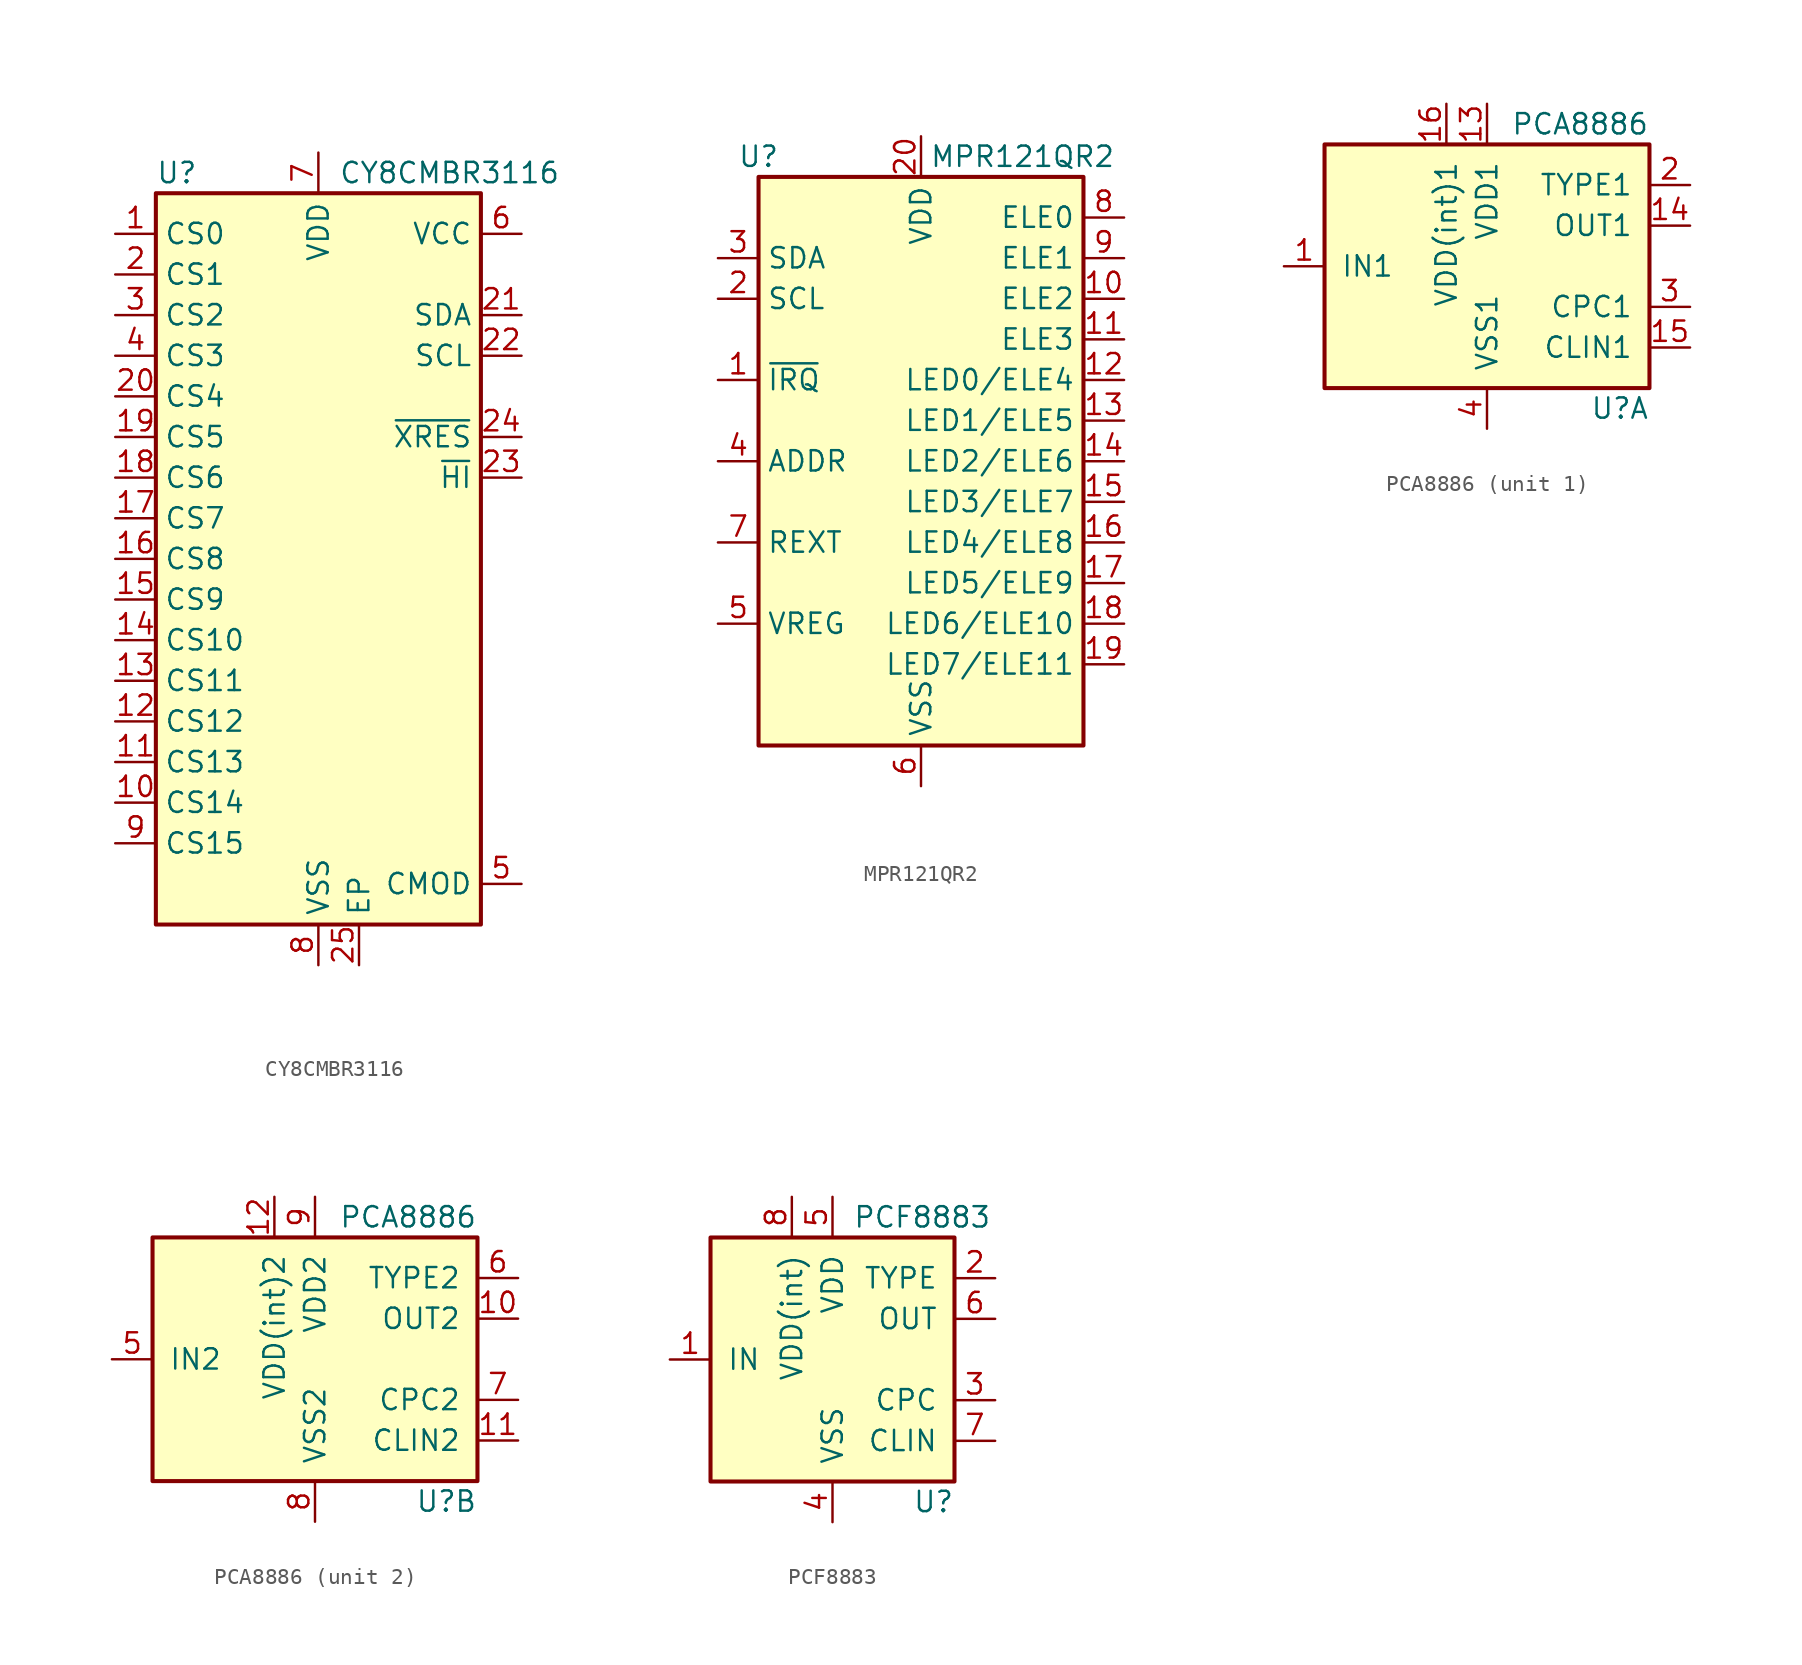
<source format=kicad_sym>
(kicad_symbol_lib
  (version 20231120)
  (generator "kicad_symbol_editor")
  (generator_version "8.0")
  (symbol "CY8CMBR3116"
    (property "Reference" "U"
      (at -10.16 24.13 0)
      (effects (font (size 1.27 1.27)) (justify left)))
    (property "Value" "CY8CMBR3116"
      (at 1.27 24.13 0)
      (effects (font (size 1.27 1.27)) (justify left)))
    (symbol "CY8CMBR3116_0_1"
      (rectangle (start -10.16 22.86) (end 10.16 -22.86) (stroke (width 0.254) (type default)) (fill (type background))))
    (symbol "CY8CMBR3116_1_1"
      (pin passive line (at -12.7 20.32 0) (length 2.54) (name "CS0" (effects (font (size 1.27 1.27)))) (number "1" (effects (font (size 1.27 1.27)))))
      (pin passive line (at -12.7 -15.24 0) (length 2.54) (name "CS14" (effects (font (size 1.27 1.27)))) (number "10" (effects (font (size 1.27 1.27)))))
      (pin passive line (at -12.7 -12.7 0) (length 2.54) (name "CS13" (effects (font (size 1.27 1.27)))) (number "11" (effects (font (size 1.27 1.27)))))
      (pin passive line (at -12.7 -10.16 0) (length 2.54) (name "CS12" (effects (font (size 1.27 1.27)))) (number "12" (effects (font (size 1.27 1.27)))))
      (pin passive line (at -12.7 -7.62 0) (length 2.54) (name "CS11" (effects (font (size 1.27 1.27)))) (number "13" (effects (font (size 1.27 1.27)))))
      (pin passive line (at -12.7 -5.08 0) (length 2.54) (name "CS10" (effects (font (size 1.27 1.27)))) (number "14" (effects (font (size 1.27 1.27)))))
      (pin passive line (at -12.7 -2.54 0) (length 2.54) (name "CS9" (effects (font (size 1.27 1.27)))) (number "15" (effects (font (size 1.27 1.27)))))
      (pin passive line (at -12.7 0 0) (length 2.54) (name "CS8" (effects (font (size 1.27 1.27)))) (number "16" (effects (font (size 1.27 1.27)))))
      (pin passive line (at -12.7 2.54 0) (length 2.54) (name "CS7" (effects (font (size 1.27 1.27)))) (number "17" (effects (font (size 1.27 1.27)))))
      (pin passive line (at -12.7 5.08 0) (length 2.54) (name "CS6" (effects (font (size 1.27 1.27)))) (number "18" (effects (font (size 1.27 1.27)))))
      (pin passive line (at -12.7 7.62 0) (length 2.54) (name "CS5" (effects (font (size 1.27 1.27)))) (number "19" (effects (font (size 1.27 1.27)))))
      (pin passive line (at -12.7 17.78 0) (length 2.54) (name "CS1" (effects (font (size 1.27 1.27)))) (number "2" (effects (font (size 1.27 1.27)))))
      (pin passive line (at -12.7 10.16 0) (length 2.54) (name "CS4" (effects (font (size 1.27 1.27)))) (number "20" (effects (font (size 1.27 1.27)))))
      (pin bidirectional line (at 12.7 15.24 180) (length 2.54) (name "SDA" (effects (font (size 1.27 1.27)))) (number "21" (effects (font (size 1.27 1.27)))))
      (pin input line (at 12.7 12.7 180) (length 2.54) (name "SCL" (effects (font (size 1.27 1.27)))) (number "22" (effects (font (size 1.27 1.27)))))
      (pin bidirectional line (at 12.7 5.08 180) (length 2.54) (name "~{HI}" (effects (font (size 1.27 1.27)))) (number "23" (effects (font (size 1.27 1.27)))))
      (pin input line (at 12.7 7.62 180) (length 2.54) (name "~{XRES}" (effects (font (size 1.27 1.27)))) (number "24" (effects (font (size 1.27 1.27)))))
      (pin passive line (at 2.54 -25.4 90) (length 2.54) (name "EP" (effects (font (size 1.27 1.27)))) (number "25" (effects (font (size 1.27 1.27)))))
      (pin passive line (at -12.7 15.24 0) (length 2.54) (name "CS2" (effects (font (size 1.27 1.27)))) (number "3" (effects (font (size 1.27 1.27)))))
      (pin passive line (at -12.7 12.7 0) (length 2.54) (name "CS3" (effects (font (size 1.27 1.27)))) (number "4" (effects (font (size 1.27 1.27)))))
      (pin passive line (at 12.7 -20.32 180) (length 2.54) (name "CMOD" (effects (font (size 1.27 1.27)))) (number "5" (effects (font (size 1.27 1.27)))))
      (pin passive line (at 12.7 20.32 180) (length 2.54) (name "VCC" (effects (font (size 1.27 1.27)))) (number "6" (effects (font (size 1.27 1.27)))))
      (pin power_in line (at 0 25.4 270) (length 2.54) (name "VDD" (effects (font (size 1.27 1.27)))) (number "7" (effects (font (size 1.27 1.27)))))
      (pin power_in line (at 0 -25.4 90) (length 2.54) (name "VSS" (effects (font (size 1.27 1.27)))) (number "8" (effects (font (size 1.27 1.27)))))
      (pin passive line (at -12.7 -17.78 0) (length 2.54) (name "CS15" (effects (font (size 1.27 1.27)))) (number "9" (effects (font (size 1.27 1.27)))))))
  (symbol "MPR121QR2"
    (property "Reference" "U"
      (at -10.16 19.05 0)
      (effects (font (size 1.27 1.27))))
    (property "Value" "MPR121QR2"
      (at 6.35 19.05 0)
      (effects (font (size 1.27 1.27))))
    (symbol "MPR121QR2_0_1"
      (rectangle (start -10.16 17.78) (end 10.16 -17.78) (stroke (width 0.254) (type default)) (fill (type background))))
    (symbol "MPR121QR2_1_1"
      (pin open_collector line (at -12.7 5.08 0) (length 2.54) (name "~{IRQ}" (effects (font (size 1.27 1.27)))) (number "1" (effects (font (size 1.27 1.27)))))
      (pin passive line (at 12.7 10.16 180) (length 2.54) (name "ELE2" (effects (font (size 1.27 1.27)))) (number "10" (effects (font (size 1.27 1.27)))))
      (pin passive line (at 12.7 7.62 180) (length 2.54) (name "ELE3" (effects (font (size 1.27 1.27)))) (number "11" (effects (font (size 1.27 1.27)))))
      (pin passive line (at 12.7 5.08 180) (length 2.54) (name "LED0/ELE4" (effects (font (size 1.27 1.27)))) (number "12" (effects (font (size 1.27 1.27)))))
      (pin passive line (at 12.7 2.54 180) (length 2.54) (name "LED1/ELE5" (effects (font (size 1.27 1.27)))) (number "13" (effects (font (size 1.27 1.27)))))
      (pin passive line (at 12.7 0 180) (length 2.54) (name "LED2/ELE6" (effects (font (size 1.27 1.27)))) (number "14" (effects (font (size 1.27 1.27)))))
      (pin passive line (at 12.7 -2.54 180) (length 2.54) (name "LED3/ELE7" (effects (font (size 1.27 1.27)))) (number "15" (effects (font (size 1.27 1.27)))))
      (pin passive line (at 12.7 -5.08 180) (length 2.54) (name "LED4/ELE8" (effects (font (size 1.27 1.27)))) (number "16" (effects (font (size 1.27 1.27)))))
      (pin passive line (at 12.7 -7.62 180) (length 2.54) (name "LED5/ELE9" (effects (font (size 1.27 1.27)))) (number "17" (effects (font (size 1.27 1.27)))))
      (pin passive line (at 12.7 -10.16 180) (length 2.54) (name "LED6/ELE10" (effects (font (size 1.27 1.27)))) (number "18" (effects (font (size 1.27 1.27)))))
      (pin passive line (at 12.7 -12.7 180) (length 2.54) (name "LED7/ELE11" (effects (font (size 1.27 1.27)))) (number "19" (effects (font (size 1.27 1.27)))))
      (pin input line (at -12.7 10.16 0) (length 2.54) (name "SCL" (effects (font (size 1.27 1.27)))) (number "2" (effects (font (size 1.27 1.27)))))
      (pin power_in line (at 0 20.32 270) (length 2.54) (name "VDD" (effects (font (size 1.27 1.27)))) (number "20" (effects (font (size 1.27 1.27)))))
      (pin bidirectional line (at -12.7 12.7 0) (length 2.54) (name "SDA" (effects (font (size 1.27 1.27)))) (number "3" (effects (font (size 1.27 1.27)))))
      (pin input line (at -12.7 0 0) (length 2.54) (name "ADDR" (effects (font (size 1.27 1.27)))) (number "4" (effects (font (size 1.27 1.27)))))
      (pin passive line (at -12.7 -10.16 0) (length 2.54) (name "VREG" (effects (font (size 1.27 1.27)))) (number "5" (effects (font (size 1.27 1.27)))))
      (pin power_in line (at 0 -20.32 90) (length 2.54) (name "VSS" (effects (font (size 1.27 1.27)))) (number "6" (effects (font (size 1.27 1.27)))))
      (pin passive line (at -12.7 -5.08 0) (length 2.54) (name "REXT" (effects (font (size 1.27 1.27)))) (number "7" (effects (font (size 1.27 1.27)))))
      (pin passive line (at 12.7 15.24 180) (length 2.54) (name "ELE0" (effects (font (size 1.27 1.27)))) (number "8" (effects (font (size 1.27 1.27)))))
      (pin passive line (at 12.7 12.7 180) (length 2.54) (name "ELE1" (effects (font (size 1.27 1.27)))) (number "9" (effects (font (size 1.27 1.27)))))))
  (symbol "PCA8886"
    (pin_names
      (offset 1.016))
    (property "Reference" "U"
      (at 10.16 -8.89 0)
      (effects (font (size 1.27 1.27)) (justify right)))
    (property "Value" "PCA8886"
      (at 10.16 8.89 0)
      (effects (font (size 1.27 1.27)) (justify right)))
    (property "ki_locked" ""
      (at 0 0 0)
      (effects (font (size 1.27 1.27))))
    (symbol "PCA8886_0_1"
      (rectangle (start 10.16 -7.62) (end -10.16 7.62) (stroke (width 0.254) (type default)) (fill (type background))))
    (symbol "PCA8886_1_1"
      (pin input line (at -12.7 0 0) (length 2.54) (name "IN1" (effects (font (size 1.27 1.27)))) (number "1" (effects (font (size 1.27 1.27)))))
      (pin power_in line (at 0 10.16 270) (length 2.54) (name "VDD1" (effects (font (size 1.27 1.27)))) (number "13" (effects (font (size 1.27 1.27)))))
      (pin output line (at 12.7 2.54 180) (length 2.54) (name "OUT1" (effects (font (size 1.27 1.27)))) (number "14" (effects (font (size 1.27 1.27)))))
      (pin bidirectional line (at 12.7 -5.08 180) (length 2.54) (name "CLIN1" (effects (font (size 1.27 1.27)))) (number "15" (effects (font (size 1.27 1.27)))))
      (pin power_out line (at -2.54 10.16 270) (length 2.54) (name "VDD(int)1" (effects (font (size 1.27 1.27)))) (number "16" (effects (font (size 1.27 1.27)))))
      (pin input line (at 12.7 5.08 180) (length 2.54) (name "TYPE1" (effects (font (size 1.27 1.27)))) (number "2" (effects (font (size 1.27 1.27)))))
      (pin bidirectional line (at 12.7 -2.54 180) (length 2.54) (name "CPC1" (effects (font (size 1.27 1.27)))) (number "3" (effects (font (size 1.27 1.27)))))
      (pin power_in line (at 0 -10.16 90) (length 2.54) (name "VSS1" (effects (font (size 1.27 1.27)))) (number "4" (effects (font (size 1.27 1.27))))))
    (symbol "PCA8886_2_1"
      (pin output line (at 12.7 2.54 180) (length 2.54) (name "OUT2" (effects (font (size 1.27 1.27)))) (number "10" (effects (font (size 1.27 1.27)))))
      (pin bidirectional line (at 12.7 -5.08 180) (length 2.54) (name "CLIN2" (effects (font (size 1.27 1.27)))) (number "11" (effects (font (size 1.27 1.27)))))
      (pin power_out line (at -2.54 10.16 270) (length 2.54) (name "VDD(int)2" (effects (font (size 1.27 1.27)))) (number "12" (effects (font (size 1.27 1.27)))))
      (pin input line (at -12.7 0 0) (length 2.54) (name "IN2" (effects (font (size 1.27 1.27)))) (number "5" (effects (font (size 1.27 1.27)))))
      (pin input line (at 12.7 5.08 180) (length 2.54) (name "TYPE2" (effects (font (size 1.27 1.27)))) (number "6" (effects (font (size 1.27 1.27)))))
      (pin bidirectional line (at 12.7 -2.54 180) (length 2.54) (name "CPC2" (effects (font (size 1.27 1.27)))) (number "7" (effects (font (size 1.27 1.27)))))
      (pin power_in line (at 0 -10.16 90) (length 2.54) (name "VSS2" (effects (font (size 1.27 1.27)))) (number "8" (effects (font (size 1.27 1.27)))))
      (pin power_in line (at 0 10.16 270) (length 2.54) (name "VDD2" (effects (font (size 1.27 1.27)))) (number "9" (effects (font (size 1.27 1.27)))))))
  (symbol "PCF8883"
    (pin_names
      (offset 1.016))
    (property "Reference" "U"
      (at 7.62 -8.89 0)
      (effects (font (size 1.27 1.27)) (justify right)))
    (property "Value" "PCF8883"
      (at 1.27 8.89 0)
      (effects (font (size 1.27 1.27)) (justify left)))
    (symbol "PCF8883_0_1"
      (rectangle (start 7.62 -7.62) (end -7.62 7.62) (stroke (width 0.254) (type default)) (fill (type background))))
    (symbol "PCF8883_1_1"
      (pin input line (at -10.16 0 0) (length 2.54) (name "IN" (effects (font (size 1.27 1.27)))) (number "1" (effects (font (size 1.27 1.27)))))
      (pin input line (at 10.16 5.08 180) (length 2.54) (name "TYPE" (effects (font (size 1.27 1.27)))) (number "2" (effects (font (size 1.27 1.27)))))
      (pin bidirectional line (at 10.16 -2.54 180) (length 2.54) (name "CPC" (effects (font (size 1.27 1.27)))) (number "3" (effects (font (size 1.27 1.27)))))
      (pin power_in line (at 0 -10.16 90) (length 2.54) (name "VSS" (effects (font (size 1.27 1.27)))) (number "4" (effects (font (size 1.27 1.27)))))
      (pin power_in line (at 0 10.16 270) (length 2.54) (name "VDD" (effects (font (size 1.27 1.27)))) (number "5" (effects (font (size 1.27 1.27)))))
      (pin output line (at 10.16 2.54 180) (length 2.54) (name "OUT" (effects (font (size 1.27 1.27)))) (number "6" (effects (font (size 1.27 1.27)))))
      (pin bidirectional line (at 10.16 -5.08 180) (length 2.54) (name "CLIN" (effects (font (size 1.27 1.27)))) (number "7" (effects (font (size 1.27 1.27)))))
      (pin power_out line (at -2.54 10.16 270) (length 2.54) (name "VDD(int)" (effects (font (size 1.27 1.27)))) (number "8" (effects (font (size 1.27 1.27))))))))
</source>
